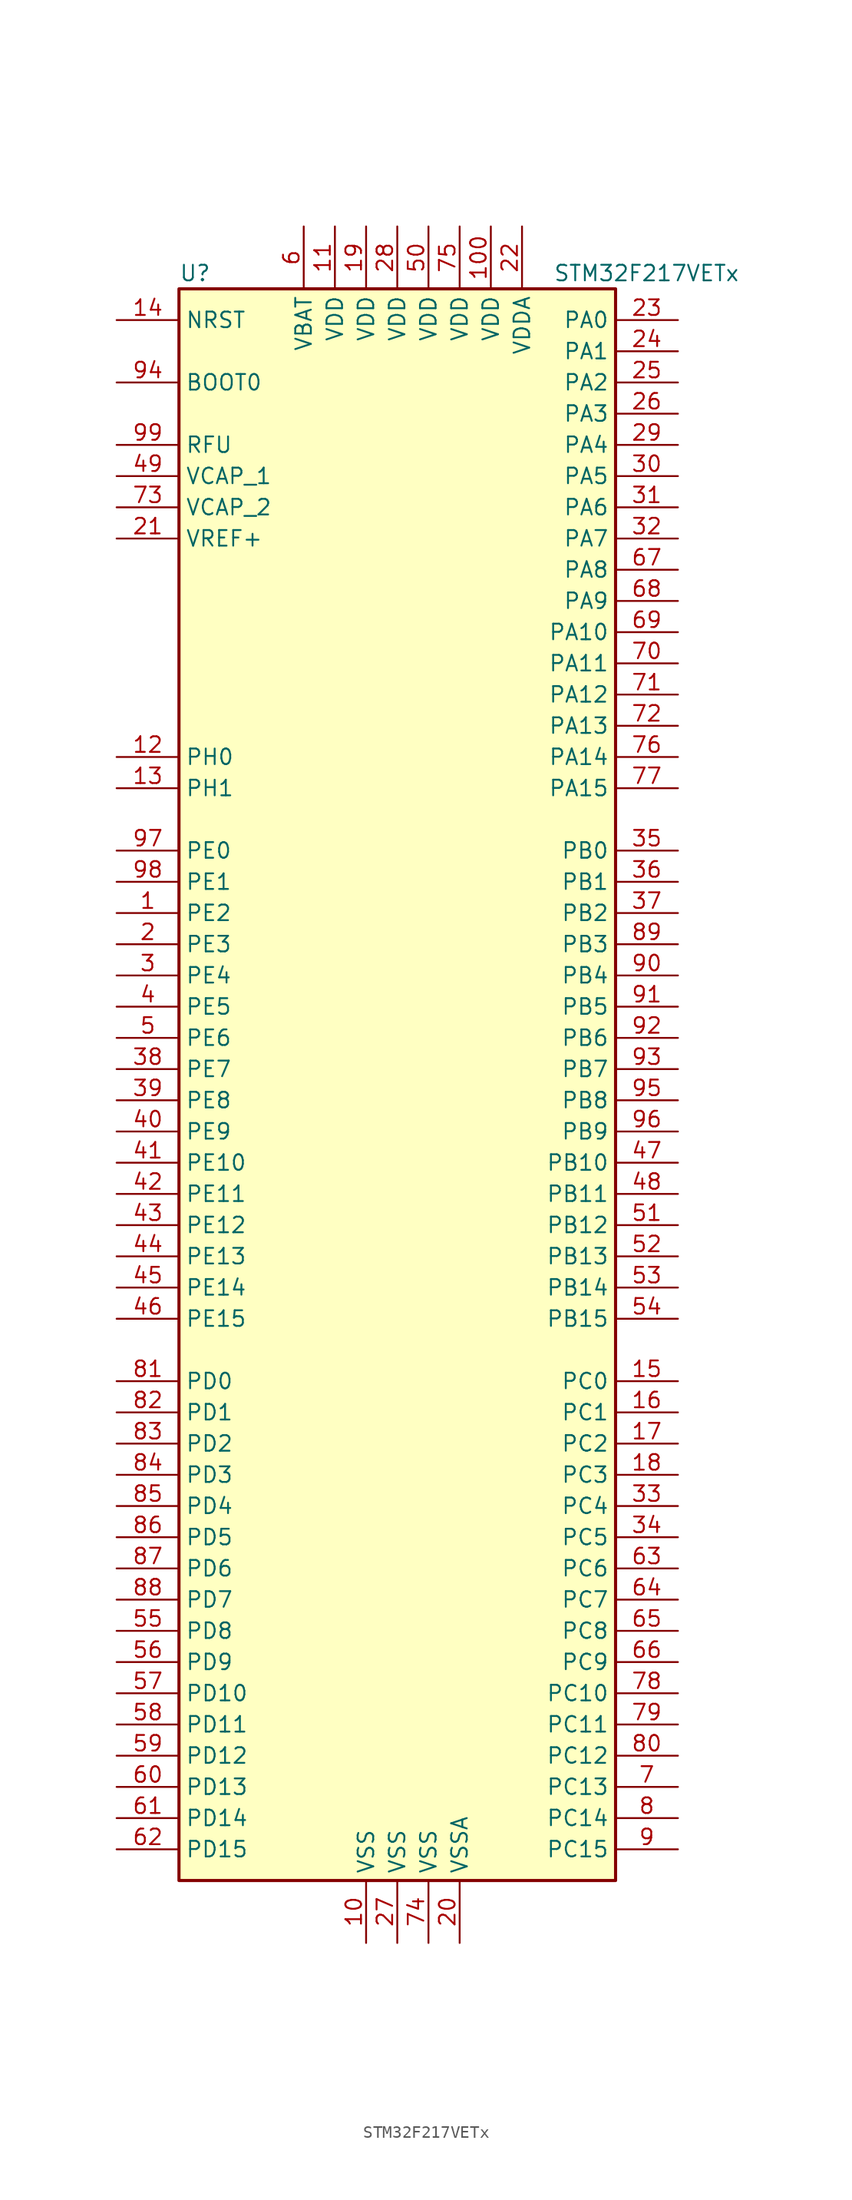
<source format=kicad_sym>
(kicad_symbol_lib
  (version 20201005)
  (generator kicad_symbol_editor)
  (symbol "MCU_ST_STM32F2:STM32F217VETx"
    (property "Reference" "U"
      (at -17.78 64.77 0)
      (effects (font (size 1.27 1.27)) (justify left)))
    (property "Value" "STM32F217VETx"
      (at 12.7 64.77 0)
      (effects (font (size 1.27 1.27)) (justify left)))
    (symbol "STM32F217VETx_0_1"
      (rectangle (start -17.78 -66.04) (end 17.78 63.5) (stroke (width 0.254)) (fill (type background))))
    (symbol "STM32F217VETx_1_1"
      (pin input line (at -22.86 55.88 0) (length 5.08) (name "BOOT0" (effects (font (size 1.27 1.27)))) (number "94" (effects (font (size 1.27 1.27)))))
      (pin input line (at -22.86 60.96 0) (length 5.08) (name "NRST" (effects (font (size 1.27 1.27)))) (number "14" (effects (font (size 1.27 1.27)))))
      (pin bidirectional line (at 22.86 60.96 180) (length 5.08) (name "PA0" (effects (font (size 1.27 1.27)))) (number "23" (effects (font (size 1.27 1.27)))))
      (pin bidirectional line (at 22.86 58.42 180) (length 5.08) (name "PA1" (effects (font (size 1.27 1.27)))) (number "24" (effects (font (size 1.27 1.27)))))
      (pin bidirectional line (at 22.86 35.56 180) (length 5.08) (name "PA10" (effects (font (size 1.27 1.27)))) (number "69" (effects (font (size 1.27 1.27)))))
      (pin bidirectional line (at 22.86 33.02 180) (length 5.08) (name "PA11" (effects (font (size 1.27 1.27)))) (number "70" (effects (font (size 1.27 1.27)))))
      (pin bidirectional line (at 22.86 30.48 180) (length 5.08) (name "PA12" (effects (font (size 1.27 1.27)))) (number "71" (effects (font (size 1.27 1.27)))))
      (pin bidirectional line (at 22.86 27.94 180) (length 5.08) (name "PA13" (effects (font (size 1.27 1.27)))) (number "72" (effects (font (size 1.27 1.27)))))
      (pin bidirectional line (at 22.86 25.4 180) (length 5.08) (name "PA14" (effects (font (size 1.27 1.27)))) (number "76" (effects (font (size 1.27 1.27)))))
      (pin bidirectional line (at 22.86 22.86 180) (length 5.08) (name "PA15" (effects (font (size 1.27 1.27)))) (number "77" (effects (font (size 1.27 1.27)))))
      (pin bidirectional line (at 22.86 55.88 180) (length 5.08) (name "PA2" (effects (font (size 1.27 1.27)))) (number "25" (effects (font (size 1.27 1.27)))))
      (pin bidirectional line (at 22.86 53.34 180) (length 5.08) (name "PA3" (effects (font (size 1.27 1.27)))) (number "26" (effects (font (size 1.27 1.27)))))
      (pin bidirectional line (at 22.86 50.8 180) (length 5.08) (name "PA4" (effects (font (size 1.27 1.27)))) (number "29" (effects (font (size 1.27 1.27)))))
      (pin bidirectional line (at 22.86 48.26 180) (length 5.08) (name "PA5" (effects (font (size 1.27 1.27)))) (number "30" (effects (font (size 1.27 1.27)))))
      (pin bidirectional line (at 22.86 45.72 180) (length 5.08) (name "PA6" (effects (font (size 1.27 1.27)))) (number "31" (effects (font (size 1.27 1.27)))))
      (pin bidirectional line (at 22.86 43.18 180) (length 5.08) (name "PA7" (effects (font (size 1.27 1.27)))) (number "32" (effects (font (size 1.27 1.27)))))
      (pin bidirectional line (at 22.86 40.64 180) (length 5.08) (name "PA8" (effects (font (size 1.27 1.27)))) (number "67" (effects (font (size 1.27 1.27)))))
      (pin bidirectional line (at 22.86 38.1 180) (length 5.08) (name "PA9" (effects (font (size 1.27 1.27)))) (number "68" (effects (font (size 1.27 1.27)))))
      (pin bidirectional line (at 22.86 17.78 180) (length 5.08) (name "PB0" (effects (font (size 1.27 1.27)))) (number "35" (effects (font (size 1.27 1.27)))))
      (pin bidirectional line (at 22.86 15.24 180) (length 5.08) (name "PB1" (effects (font (size 1.27 1.27)))) (number "36" (effects (font (size 1.27 1.27)))))
      (pin bidirectional line (at 22.86 -7.62 180) (length 5.08) (name "PB10" (effects (font (size 1.27 1.27)))) (number "47" (effects (font (size 1.27 1.27)))))
      (pin bidirectional line (at 22.86 -10.16 180) (length 5.08) (name "PB11" (effects (font (size 1.27 1.27)))) (number "48" (effects (font (size 1.27 1.27)))))
      (pin bidirectional line (at 22.86 -12.7 180) (length 5.08) (name "PB12" (effects (font (size 1.27 1.27)))) (number "51" (effects (font (size 1.27 1.27)))))
      (pin bidirectional line (at 22.86 -15.24 180) (length 5.08) (name "PB13" (effects (font (size 1.27 1.27)))) (number "52" (effects (font (size 1.27 1.27)))))
      (pin bidirectional line (at 22.86 -17.78 180) (length 5.08) (name "PB14" (effects (font (size 1.27 1.27)))) (number "53" (effects (font (size 1.27 1.27)))))
      (pin bidirectional line (at 22.86 -20.32 180) (length 5.08) (name "PB15" (effects (font (size 1.27 1.27)))) (number "54" (effects (font (size 1.27 1.27)))))
      (pin bidirectional line (at 22.86 12.7 180) (length 5.08) (name "PB2" (effects (font (size 1.27 1.27)))) (number "37" (effects (font (size 1.27 1.27)))))
      (pin bidirectional line (at 22.86 10.16 180) (length 5.08) (name "PB3" (effects (font (size 1.27 1.27)))) (number "89" (effects (font (size 1.27 1.27)))))
      (pin bidirectional line (at 22.86 7.62 180) (length 5.08) (name "PB4" (effects (font (size 1.27 1.27)))) (number "90" (effects (font (size 1.27 1.27)))))
      (pin bidirectional line (at 22.86 5.08 180) (length 5.08) (name "PB5" (effects (font (size 1.27 1.27)))) (number "91" (effects (font (size 1.27 1.27)))))
      (pin bidirectional line (at 22.86 2.54 180) (length 5.08) (name "PB6" (effects (font (size 1.27 1.27)))) (number "92" (effects (font (size 1.27 1.27)))))
      (pin bidirectional line (at 22.86 0 180) (length 5.08) (name "PB7" (effects (font (size 1.27 1.27)))) (number "93" (effects (font (size 1.27 1.27)))))
      (pin bidirectional line (at 22.86 -2.54 180) (length 5.08) (name "PB8" (effects (font (size 1.27 1.27)))) (number "95" (effects (font (size 1.27 1.27)))))
      (pin bidirectional line (at 22.86 -5.08 180) (length 5.08) (name "PB9" (effects (font (size 1.27 1.27)))) (number "96" (effects (font (size 1.27 1.27)))))
      (pin bidirectional line (at 22.86 -25.4 180) (length 5.08) (name "PC0" (effects (font (size 1.27 1.27)))) (number "15" (effects (font (size 1.27 1.27)))))
      (pin bidirectional line (at 22.86 -27.94 180) (length 5.08) (name "PC1" (effects (font (size 1.27 1.27)))) (number "16" (effects (font (size 1.27 1.27)))))
      (pin bidirectional line (at 22.86 -50.8 180) (length 5.08) (name "PC10" (effects (font (size 1.27 1.27)))) (number "78" (effects (font (size 1.27 1.27)))))
      (pin bidirectional line (at 22.86 -53.34 180) (length 5.08) (name "PC11" (effects (font (size 1.27 1.27)))) (number "79" (effects (font (size 1.27 1.27)))))
      (pin bidirectional line (at 22.86 -55.88 180) (length 5.08) (name "PC12" (effects (font (size 1.27 1.27)))) (number "80" (effects (font (size 1.27 1.27)))))
      (pin bidirectional line (at 22.86 -58.42 180) (length 5.08) (name "PC13" (effects (font (size 1.27 1.27)))) (number "7" (effects (font (size 1.27 1.27)))))
      (pin bidirectional line (at 22.86 -60.96 180) (length 5.08) (name "PC14" (effects (font (size 1.27 1.27)))) (number "8" (effects (font (size 1.27 1.27)))))
      (pin bidirectional line (at 22.86 -63.5 180) (length 5.08) (name "PC15" (effects (font (size 1.27 1.27)))) (number "9" (effects (font (size 1.27 1.27)))))
      (pin bidirectional line (at 22.86 -30.48 180) (length 5.08) (name "PC2" (effects (font (size 1.27 1.27)))) (number "17" (effects (font (size 1.27 1.27)))))
      (pin bidirectional line (at 22.86 -33.02 180) (length 5.08) (name "PC3" (effects (font (size 1.27 1.27)))) (number "18" (effects (font (size 1.27 1.27)))))
      (pin bidirectional line (at 22.86 -35.56 180) (length 5.08) (name "PC4" (effects (font (size 1.27 1.27)))) (number "33" (effects (font (size 1.27 1.27)))))
      (pin bidirectional line (at 22.86 -38.1 180) (length 5.08) (name "PC5" (effects (font (size 1.27 1.27)))) (number "34" (effects (font (size 1.27 1.27)))))
      (pin bidirectional line (at 22.86 -40.64 180) (length 5.08) (name "PC6" (effects (font (size 1.27 1.27)))) (number "63" (effects (font (size 1.27 1.27)))))
      (pin bidirectional line (at 22.86 -43.18 180) (length 5.08) (name "PC7" (effects (font (size 1.27 1.27)))) (number "64" (effects (font (size 1.27 1.27)))))
      (pin bidirectional line (at 22.86 -45.72 180) (length 5.08) (name "PC8" (effects (font (size 1.27 1.27)))) (number "65" (effects (font (size 1.27 1.27)))))
      (pin bidirectional line (at 22.86 -48.26 180) (length 5.08) (name "PC9" (effects (font (size 1.27 1.27)))) (number "66" (effects (font (size 1.27 1.27)))))
      (pin bidirectional line (at -22.86 -25.4 0) (length 5.08) (name "PD0" (effects (font (size 1.27 1.27)))) (number "81" (effects (font (size 1.27 1.27)))))
      (pin bidirectional line (at -22.86 -27.94 0) (length 5.08) (name "PD1" (effects (font (size 1.27 1.27)))) (number "82" (effects (font (size 1.27 1.27)))))
      (pin bidirectional line (at -22.86 -50.8 0) (length 5.08) (name "PD10" (effects (font (size 1.27 1.27)))) (number "57" (effects (font (size 1.27 1.27)))))
      (pin bidirectional line (at -22.86 -53.34 0) (length 5.08) (name "PD11" (effects (font (size 1.27 1.27)))) (number "58" (effects (font (size 1.27 1.27)))))
      (pin bidirectional line (at -22.86 -55.88 0) (length 5.08) (name "PD12" (effects (font (size 1.27 1.27)))) (number "59" (effects (font (size 1.27 1.27)))))
      (pin bidirectional line (at -22.86 -58.42 0) (length 5.08) (name "PD13" (effects (font (size 1.27 1.27)))) (number "60" (effects (font (size 1.27 1.27)))))
      (pin bidirectional line (at -22.86 -60.96 0) (length 5.08) (name "PD14" (effects (font (size 1.27 1.27)))) (number "61" (effects (font (size 1.27 1.27)))))
      (pin bidirectional line (at -22.86 -63.5 0) (length 5.08) (name "PD15" (effects (font (size 1.27 1.27)))) (number "62" (effects (font (size 1.27 1.27)))))
      (pin bidirectional line (at -22.86 -30.48 0) (length 5.08) (name "PD2" (effects (font (size 1.27 1.27)))) (number "83" (effects (font (size 1.27 1.27)))))
      (pin bidirectional line (at -22.86 -33.02 0) (length 5.08) (name "PD3" (effects (font (size 1.27 1.27)))) (number "84" (effects (font (size 1.27 1.27)))))
      (pin bidirectional line (at -22.86 -35.56 0) (length 5.08) (name "PD4" (effects (font (size 1.27 1.27)))) (number "85" (effects (font (size 1.27 1.27)))))
      (pin bidirectional line (at -22.86 -38.1 0) (length 5.08) (name "PD5" (effects (font (size 1.27 1.27)))) (number "86" (effects (font (size 1.27 1.27)))))
      (pin bidirectional line (at -22.86 -40.64 0) (length 5.08) (name "PD6" (effects (font (size 1.27 1.27)))) (number "87" (effects (font (size 1.27 1.27)))))
      (pin bidirectional line (at -22.86 -43.18 0) (length 5.08) (name "PD7" (effects (font (size 1.27 1.27)))) (number "88" (effects (font (size 1.27 1.27)))))
      (pin bidirectional line (at -22.86 -45.72 0) (length 5.08) (name "PD8" (effects (font (size 1.27 1.27)))) (number "55" (effects (font (size 1.27 1.27)))))
      (pin bidirectional line (at -22.86 -48.26 0) (length 5.08) (name "PD9" (effects (font (size 1.27 1.27)))) (number "56" (effects (font (size 1.27 1.27)))))
      (pin bidirectional line (at -22.86 17.78 0) (length 5.08) (name "PE0" (effects (font (size 1.27 1.27)))) (number "97" (effects (font (size 1.27 1.27)))))
      (pin bidirectional line (at -22.86 15.24 0) (length 5.08) (name "PE1" (effects (font (size 1.27 1.27)))) (number "98" (effects (font (size 1.27 1.27)))))
      (pin bidirectional line (at -22.86 -7.62 0) (length 5.08) (name "PE10" (effects (font (size 1.27 1.27)))) (number "41" (effects (font (size 1.27 1.27)))))
      (pin bidirectional line (at -22.86 -10.16 0) (length 5.08) (name "PE11" (effects (font (size 1.27 1.27)))) (number "42" (effects (font (size 1.27 1.27)))))
      (pin bidirectional line (at -22.86 -12.7 0) (length 5.08) (name "PE12" (effects (font (size 1.27 1.27)))) (number "43" (effects (font (size 1.27 1.27)))))
      (pin bidirectional line (at -22.86 -15.24 0) (length 5.08) (name "PE13" (effects (font (size 1.27 1.27)))) (number "44" (effects (font (size 1.27 1.27)))))
      (pin bidirectional line (at -22.86 -17.78 0) (length 5.08) (name "PE14" (effects (font (size 1.27 1.27)))) (number "45" (effects (font (size 1.27 1.27)))))
      (pin bidirectional line (at -22.86 -20.32 0) (length 5.08) (name "PE15" (effects (font (size 1.27 1.27)))) (number "46" (effects (font (size 1.27 1.27)))))
      (pin bidirectional line (at -22.86 12.7 0) (length 5.08) (name "PE2" (effects (font (size 1.27 1.27)))) (number "1" (effects (font (size 1.27 1.27)))))
      (pin bidirectional line (at -22.86 10.16 0) (length 5.08) (name "PE3" (effects (font (size 1.27 1.27)))) (number "2" (effects (font (size 1.27 1.27)))))
      (pin bidirectional line (at -22.86 7.62 0) (length 5.08) (name "PE4" (effects (font (size 1.27 1.27)))) (number "3" (effects (font (size 1.27 1.27)))))
      (pin bidirectional line (at -22.86 5.08 0) (length 5.08) (name "PE5" (effects (font (size 1.27 1.27)))) (number "4" (effects (font (size 1.27 1.27)))))
      (pin bidirectional line (at -22.86 2.54 0) (length 5.08) (name "PE6" (effects (font (size 1.27 1.27)))) (number "5" (effects (font (size 1.27 1.27)))))
      (pin bidirectional line (at -22.86 0 0) (length 5.08) (name "PE7" (effects (font (size 1.27 1.27)))) (number "38" (effects (font (size 1.27 1.27)))))
      (pin bidirectional line (at -22.86 -2.54 0) (length 5.08) (name "PE8" (effects (font (size 1.27 1.27)))) (number "39" (effects (font (size 1.27 1.27)))))
      (pin bidirectional line (at -22.86 -5.08 0) (length 5.08) (name "PE9" (effects (font (size 1.27 1.27)))) (number "40" (effects (font (size 1.27 1.27)))))
      (pin input line (at -22.86 25.4 0) (length 5.08) (name "PH0" (effects (font (size 1.27 1.27)))) (number "12" (effects (font (size 1.27 1.27)))))
      (pin input line (at -22.86 22.86 0) (length 5.08) (name "PH1" (effects (font (size 1.27 1.27)))) (number "13" (effects (font (size 1.27 1.27)))))
      (pin power_in line (at -22.86 50.8 0) (length 5.08) (name "RFU" (effects (font (size 1.27 1.27)))) (number "99" (effects (font (size 1.27 1.27)))))
      (pin power_in line (at -7.62 68.58 270) (length 5.08) (name "VBAT" (effects (font (size 1.27 1.27)))) (number "6" (effects (font (size 1.27 1.27)))))
      (pin power_in line (at -22.86 48.26 0) (length 5.08) (name "VCAP_1" (effects (font (size 1.27 1.27)))) (number "49" (effects (font (size 1.27 1.27)))))
      (pin power_in line (at -22.86 45.72 0) (length 5.08) (name "VCAP_2" (effects (font (size 1.27 1.27)))) (number "73" (effects (font (size 1.27 1.27)))))
      (pin power_in line (at 7.62 68.58 270) (length 5.08) (name "VDD" (effects (font (size 1.27 1.27)))) (number "100" (effects (font (size 1.27 1.27)))))
      (pin power_in line (at -5.08 68.58 270) (length 5.08) (name "VDD" (effects (font (size 1.27 1.27)))) (number "11" (effects (font (size 1.27 1.27)))))
      (pin power_in line (at -2.54 68.58 270) (length 5.08) (name "VDD" (effects (font (size 1.27 1.27)))) (number "19" (effects (font (size 1.27 1.27)))))
      (pin power_in line (at 0 68.58 270) (length 5.08) (name "VDD" (effects (font (size 1.27 1.27)))) (number "28" (effects (font (size 1.27 1.27)))))
      (pin power_in line (at 2.54 68.58 270) (length 5.08) (name "VDD" (effects (font (size 1.27 1.27)))) (number "50" (effects (font (size 1.27 1.27)))))
      (pin power_in line (at 5.08 68.58 270) (length 5.08) (name "VDD" (effects (font (size 1.27 1.27)))) (number "75" (effects (font (size 1.27 1.27)))))
      (pin power_in line (at 10.16 68.58 270) (length 5.08) (name "VDDA" (effects (font (size 1.27 1.27)))) (number "22" (effects (font (size 1.27 1.27)))))
      (pin power_in line (at -22.86 43.18 0) (length 5.08) (name "VREF+" (effects (font (size 1.27 1.27)))) (number "21" (effects (font (size 1.27 1.27)))))
      (pin power_in line (at -2.54 -71.12 90) (length 5.08) (name "VSS" (effects (font (size 1.27 1.27)))) (number "10" (effects (font (size 1.27 1.27)))))
      (pin power_in line (at 0 -71.12 90) (length 5.08) (name "VSS" (effects (font (size 1.27 1.27)))) (number "27" (effects (font (size 1.27 1.27)))))
      (pin power_in line (at 2.54 -71.12 90) (length 5.08) (name "VSS" (effects (font (size 1.27 1.27)))) (number "74" (effects (font (size 1.27 1.27)))))
      (pin power_in line (at 5.08 -71.12 90) (length 5.08) (name "VSSA" (effects (font (size 1.27 1.27)))) (number "20" (effects (font (size 1.27 1.27))))))))
</source>
